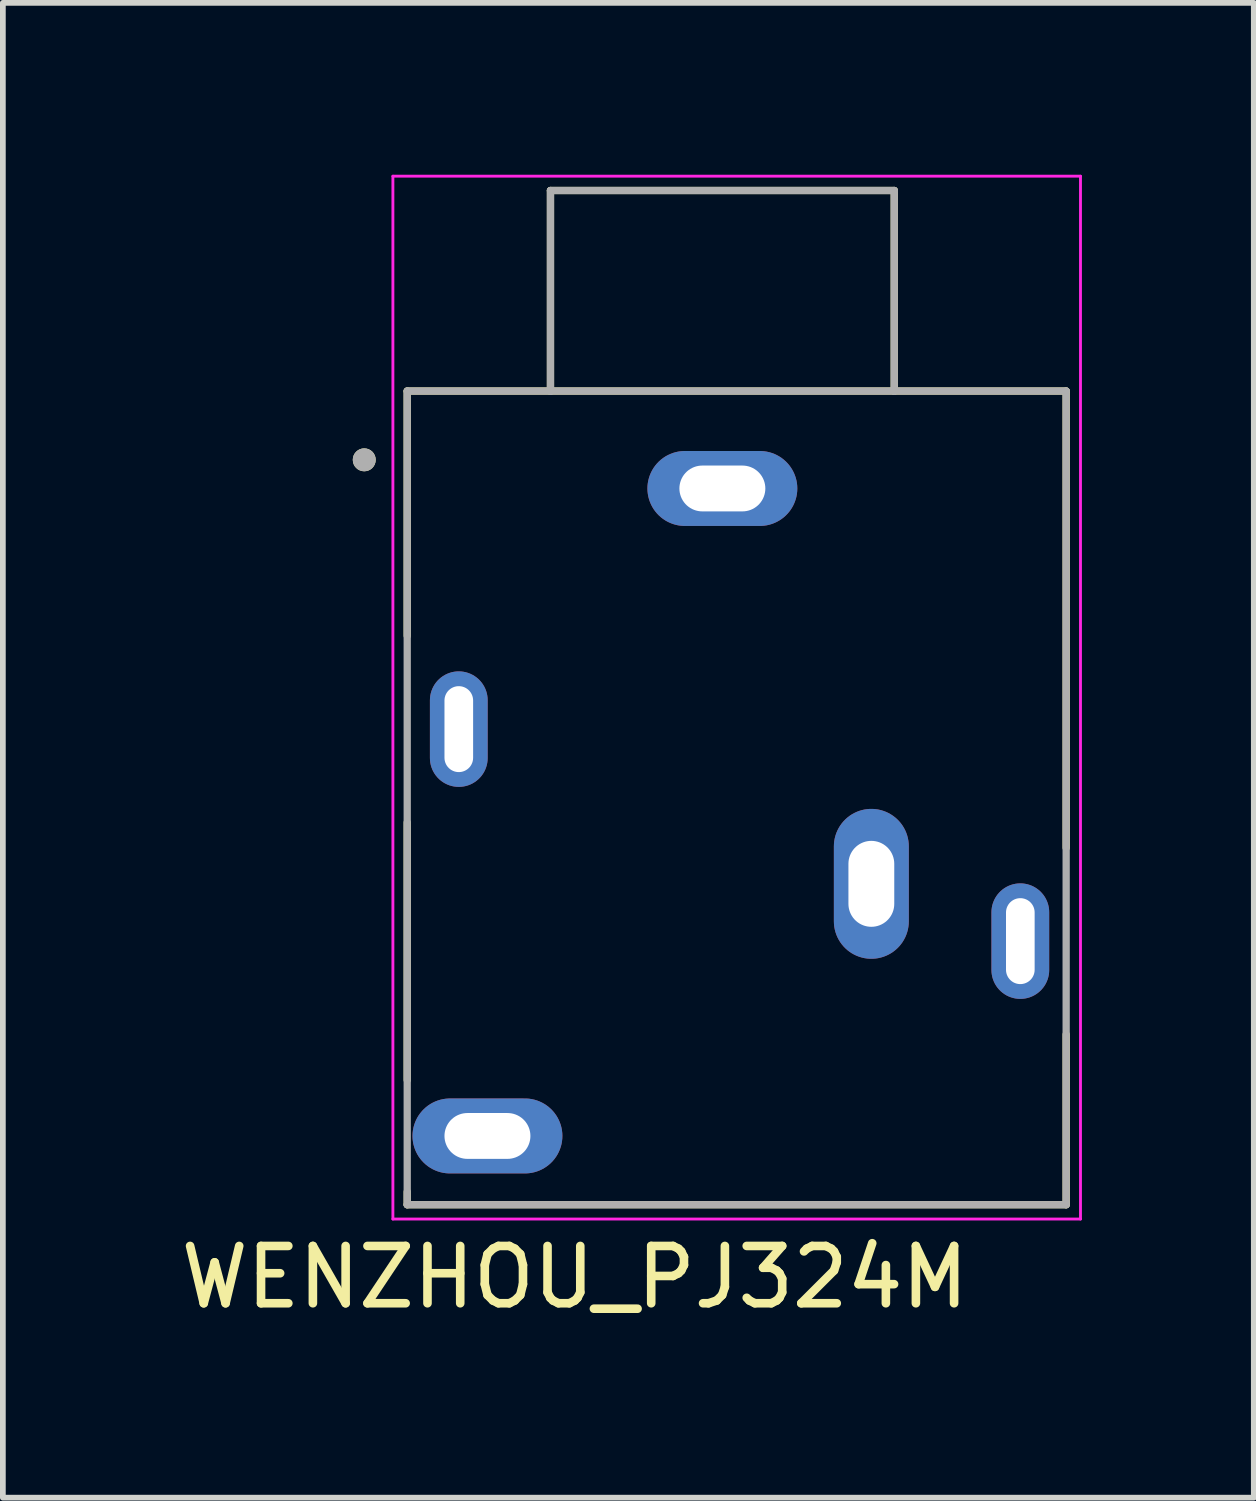
<source format=kicad_pcb>
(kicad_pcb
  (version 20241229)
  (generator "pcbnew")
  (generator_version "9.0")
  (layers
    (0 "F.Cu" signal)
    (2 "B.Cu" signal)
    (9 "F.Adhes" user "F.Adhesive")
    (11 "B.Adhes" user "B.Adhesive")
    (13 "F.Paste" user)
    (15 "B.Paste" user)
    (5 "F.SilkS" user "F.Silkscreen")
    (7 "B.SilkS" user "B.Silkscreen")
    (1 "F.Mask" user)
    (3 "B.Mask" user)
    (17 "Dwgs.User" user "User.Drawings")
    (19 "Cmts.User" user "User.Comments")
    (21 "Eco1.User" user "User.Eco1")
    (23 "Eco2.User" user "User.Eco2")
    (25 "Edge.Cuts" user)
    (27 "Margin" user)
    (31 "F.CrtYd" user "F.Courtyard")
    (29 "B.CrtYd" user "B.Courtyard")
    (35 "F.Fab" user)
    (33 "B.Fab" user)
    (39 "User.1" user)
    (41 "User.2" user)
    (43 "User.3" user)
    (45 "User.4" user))
  (footprint "WENZHOU_PJ324M"
    (layer "F.Cu")
    (at 9.557 10.875)
    (property "Reference" "WENZHOU_PJ324M" (at -2.575 8.365 0) (layer "F.SilkS") (effects (font (size 1 1) (thickness 0.15))))
    (attr through_hole)
    (fp_line (start -5.5 -7.1) (end -3 -7.1) (stroke (width 0.127) (type solid)) (layer "F.SilkS"))
    (fp_line (start -5.5 -2.828) (end -5.5 -7.1) (stroke (width 0.127) (type solid)) (layer "F.SilkS"))
    (fp_line (start -5.5 0.428) (end -5.5 4.926) (stroke (width 0.127) (type solid)) (layer "F.SilkS"))
    (fp_line (start -5.5 7.1) (end -5.5 6.874) (stroke (width 0.127) (type solid)) (layer "F.SilkS"))
    (fp_line (start -3 -10.6) (end -3 -7.1) (stroke (width 0.127) (type solid)) (layer "F.SilkS"))
    (fp_line (start -3 -7.1) (end 3 -7.1) (stroke (width 0.127) (type solid)) (layer "F.SilkS"))
    (fp_line (start 3 -10.6) (end -3 -10.6) (stroke (width 0.127) (type solid)) (layer "F.SilkS"))
    (fp_line (start 3 -7.1) (end 3 -10.6) (stroke (width 0.127) (type solid)) (layer "F.SilkS"))
    (fp_line (start 3 -7.1) (end 6 -7.1) (stroke (width 0.127) (type solid)) (layer "F.SilkS"))
    (fp_line (start 6 -7.1) (end 6 0.872) (stroke (width 0.127) (type solid)) (layer "F.SilkS"))
    (fp_line (start 6 7.1) (end -5.5 7.1) (stroke (width 0.127) (type solid)) (layer "F.SilkS"))
    (fp_line (start 6 7.1) (end 6 4.128) (stroke (width 0.127) (type solid)) (layer "F.SilkS"))
    (fp_circle (center -6.25 -5.9) (end -6.15 -5.9) (stroke (width 0.2) (type solid)) (fill no) (layer "F.SilkS"))
    (fp_line (start -5.75 -10.85) (end -5.75 7.35) (stroke (width 0.05) (type solid)) (layer "F.CrtYd"))
    (fp_line (start -5.75 7.35) (end 6.25 7.35) (stroke (width 0.05) (type solid)) (layer "F.CrtYd"))
    (fp_line (start 6.25 -10.85) (end -5.75 -10.85) (stroke (width 0.05) (type solid)) (layer "F.CrtYd"))
    (fp_line (start 6.25 7.35) (end 6.25 -10.85) (stroke (width 0.05) (type solid)) (layer "F.CrtYd"))
    (fp_line (start -5.5 -7.1) (end -3 -7.1) (stroke (width 0.127) (type solid)) (layer "F.Fab"))
    (fp_line (start -5.5 7.1) (end -5.5 -7.1) (stroke (width 0.127) (type solid)) (layer "F.Fab"))
    (fp_line (start -3 -10.6) (end -3 -7.1) (stroke (width 0.127) (type solid)) (layer "F.Fab"))
    (fp_line (start -3 -7.1) (end 3 -7.1) (stroke (width 0.127) (type solid)) (layer "F.Fab"))
    (fp_line (start 3 -10.6) (end -3 -10.6) (stroke (width 0.127) (type solid)) (layer "F.Fab"))
    (fp_line (start 3 -7.1) (end 3 -10.6) (stroke (width 0.127) (type solid)) (layer "F.Fab"))
    (fp_line (start 3 -7.1) (end 6 -7.1) (stroke (width 0.127) (type solid)) (layer "F.Fab"))
    (fp_line (start 6 -7.1) (end 6 7.1) (stroke (width 0.127) (type solid)) (layer "F.Fab"))
    (fp_line (start 6 7.1) (end -5.5 7.1) (stroke (width 0.127) (type solid)) (layer "F.Fab"))
    (fp_circle (center -6.25 -5.9) (end -6.15 -5.9) (stroke (width 0.2) (type solid)) (fill no) (layer "F.Fab"))
    (pad "1" thru_hole oval (at 0 -5.4) (size 2.616 1.308) (drill oval 1.5 0.8) (layers "*.Cu" "*.Mask"))
    (pad "2" thru_hole oval (at 5.2 2.5) (size 1.008 2.016) (drill oval 0.5 1.5) (layers "*.Cu" "*.Mask"))
    (pad "3" thru_hole oval (at 2.6 1.5) (size 1.308 2.616) (drill oval 0.8 1.5) (layers "*.Cu" "*.Mask"))
    (pad "4" thru_hole oval (at -4.1 5.9) (size 2.616 1.308) (drill oval 1.5 0.8) (layers "*.Cu" "*.Mask"))
    (pad "5" thru_hole oval (at -4.6 -1.2) (size 1.008 2.016) (drill oval 0.5 1.5) (layers "*.Cu" "*.Mask")))
  (gr_rect
    (start -3 -3)
    (end 18.832 23.088)
    (stroke (width 0.1) (type default))
    (fill no)
    (layer "Edge.Cuts")))
</source>
